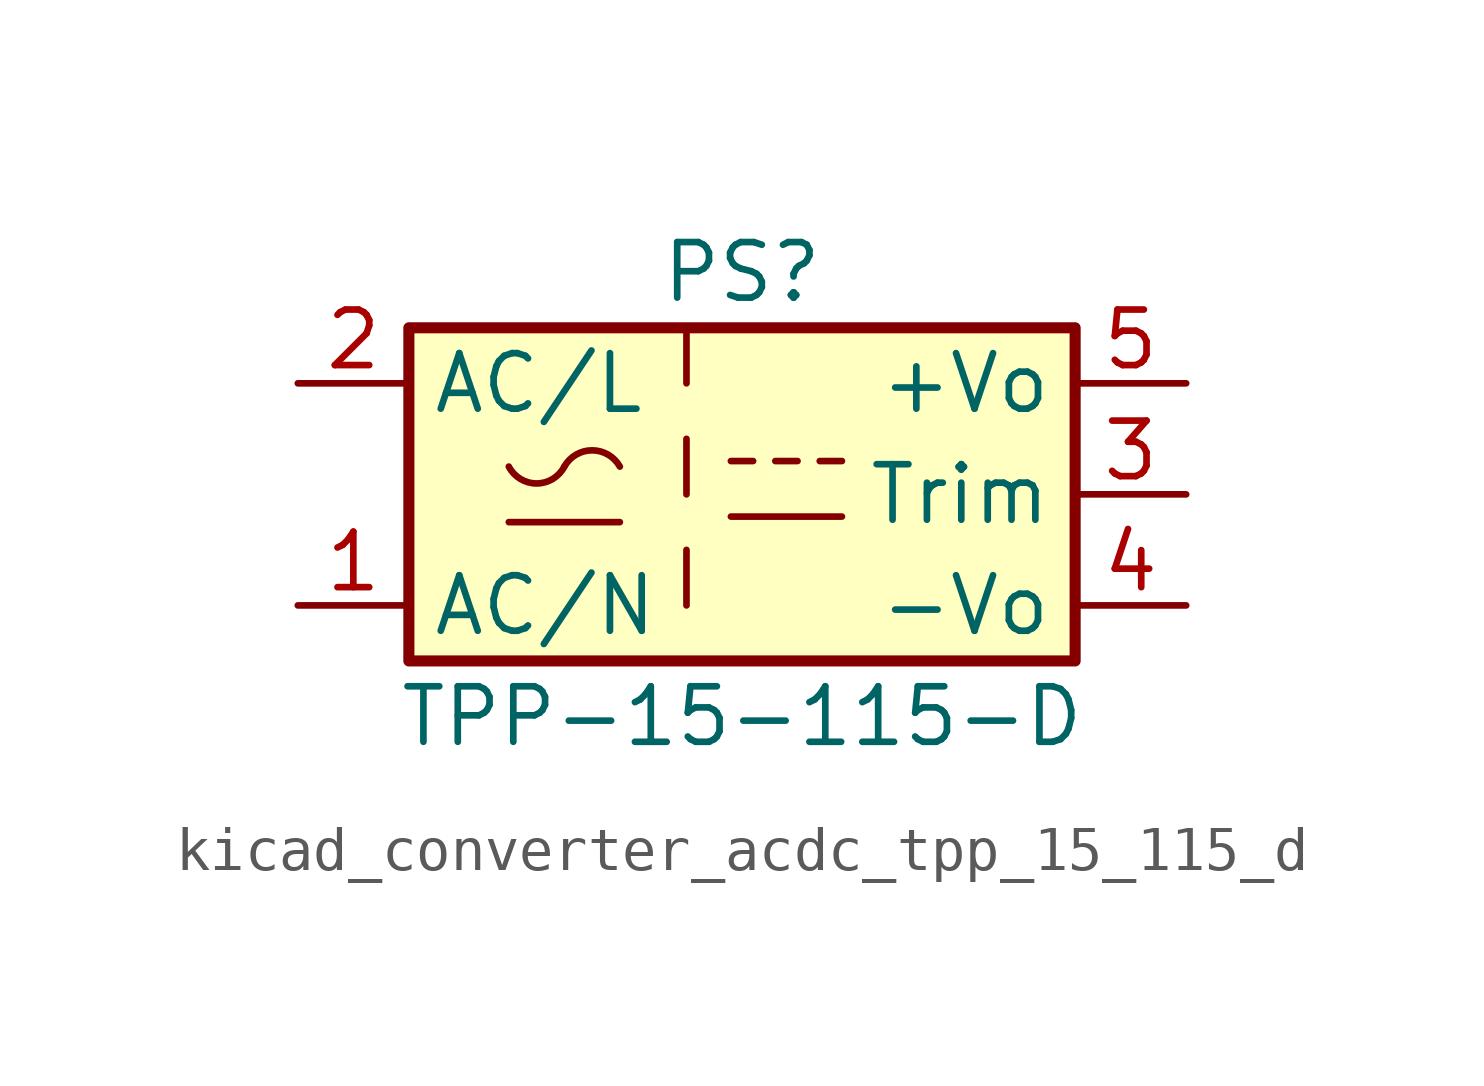
<source format=kicad_sym>
(kicad_symbol_lib
  (version 20220914)
  (generator kicad_symbol_editor)
  (symbol "kicad_converter_acdc_tpp_15_115_d"
    (property "Reference" "PS"
      (at 0 5.08 0)
      (effects (font (size 1.27 1.27))))
    (property "Value" "TPP-15-115-D"
      (at 0 -5.08 0)
      (effects (font (size 1.27 1.27))))
    (symbol "kicad_converter_acdc_tpp_15_115_d_0_1"
      (rectangle (start -7.62 3.81) (end 7.62 -3.81) (stroke (width 0.254) (type default)) (fill (type background)))
      (arc (start -5.334 0.635) (mid -4.699 0.2495) (end -4.064 0.635) (stroke (width 0) (type default)) (fill (type none)))
      (arc (start -2.794 0.635) (mid -3.429 1.0072) (end -4.064 0.635) (stroke (width 0) (type default)) (fill (type none)))
      (polyline (pts (xy -5.334 -0.635) (xy -2.794 -0.635)) (stroke (width 0) (type default)) (fill (type none)))
      (polyline (pts (xy -0.254 -0.508) (xy 2.286 -0.508)) (stroke (width 0) (type default)) (fill (type none)))
      (polyline (pts (xy -0.254 0.762) (xy 0.254 0.762)) (stroke (width 0) (type default)) (fill (type none)))
      (polyline (pts (xy 0.762 0.762) (xy 1.27 0.762)) (stroke (width 0) (type default)) (fill (type none)))
      (polyline (pts (xy 1.778 0.762) (xy 2.286 0.762)) (stroke (width 0) (type default)) (fill (type none))))
    (symbol "kicad_converter_acdc_tpp_15_115_d_1_1"
      (polyline (pts (xy -1.27 -1.27) (xy -1.27 -2.54)) (stroke (width 0) (type default)) (fill (type none)))
      (polyline (pts (xy -1.27 1.27) (xy -1.27 0)) (stroke (width 0) (type default)) (fill (type none)))
      (polyline (pts (xy -1.27 3.81) (xy -1.27 2.54)) (stroke (width 0) (type default)) (fill (type none)))
      (pin power_in line (at -10.16 -2.54 0) (length 2.54) (name "AC/N" (effects (font (size 1.27 1.27)))) (number "1" (effects (font (size 1.27 1.27)))))
      (pin power_in line (at -10.16 2.54 0) (length 2.54) (name "AC/L" (effects (font (size 1.27 1.27)))) (number "2" (effects (font (size 1.27 1.27)))))
      (pin passive line (at 10.16 0 180) (length 2.54) (name "Trim" (effects (font (size 1.27 1.27)))) (number "3" (effects (font (size 1.27 1.27)))))
      (pin power_out line (at 10.16 -2.54 180) (length 2.54) (name "-Vo" (effects (font (size 1.27 1.27)))) (number "4" (effects (font (size 1.27 1.27)))))
      (pin power_out line (at 10.16 2.54 180) (length 2.54) (name "+Vo" (effects (font (size 1.27 1.27)))) (number "5" (effects (font (size 1.27 1.27))))))))
</source>
